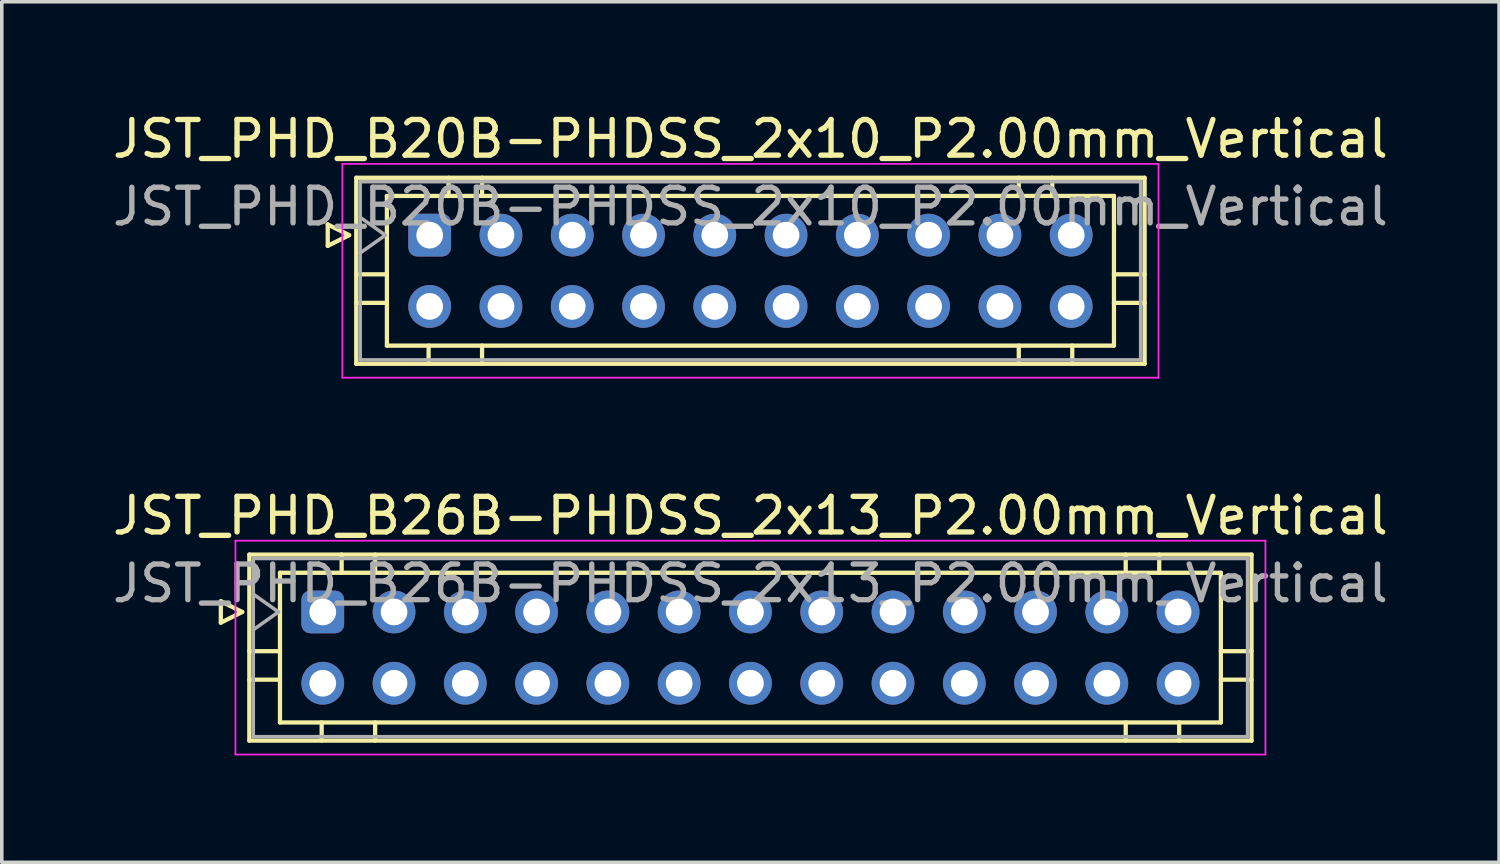
<source format=kicad_pcb>
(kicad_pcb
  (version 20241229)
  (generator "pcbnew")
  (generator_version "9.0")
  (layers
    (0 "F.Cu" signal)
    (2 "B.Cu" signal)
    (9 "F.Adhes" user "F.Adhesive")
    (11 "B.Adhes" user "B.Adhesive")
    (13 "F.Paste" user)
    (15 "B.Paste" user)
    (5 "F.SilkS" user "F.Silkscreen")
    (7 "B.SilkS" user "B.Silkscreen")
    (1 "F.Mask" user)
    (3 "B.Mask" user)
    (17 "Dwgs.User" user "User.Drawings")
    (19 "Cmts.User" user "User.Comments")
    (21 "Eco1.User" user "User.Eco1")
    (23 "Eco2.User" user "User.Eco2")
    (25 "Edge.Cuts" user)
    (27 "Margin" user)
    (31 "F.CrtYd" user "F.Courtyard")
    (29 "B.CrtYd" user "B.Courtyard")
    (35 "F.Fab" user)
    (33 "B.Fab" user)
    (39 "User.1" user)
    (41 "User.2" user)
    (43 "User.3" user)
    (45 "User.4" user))
  (footprint "JST_PHD_B20B-PHDSS_2x10_P2.00mm_Vertical"
    (layer "F.Cu")
    (at 9.006 3.548)
    (property "Reference" "JST_PHD_B20B-PHDSS_2x10_P2.00mm_Vertical" (at 9 -2.7 0) (layer "F.SilkS") (effects (font (size 1 1) (thickness 0.15))))
    (attr through_hole)
    (fp_line (start -2.86 -0.3) (end -2.26 0) (stroke (width 0.12) (type solid)) (layer "F.SilkS"))
    (fp_line (start -2.86 0.3) (end -2.86 -0.3) (stroke (width 0.12) (type solid)) (layer "F.SilkS"))
    (fp_line (start -2.26 0) (end -2.86 0.3) (stroke (width 0.12) (type solid)) (layer "F.SilkS"))
    (fp_line (start -2.06 -1.61) (end -2.06 3.61) (stroke (width 0.12) (type solid)) (layer "F.SilkS"))
    (fp_line (start -2.06 1.1) (end -1.2 1.1) (stroke (width 0.12) (type solid)) (layer "F.SilkS"))
    (fp_line (start -2.06 1.9) (end -1.2 1.9) (stroke (width 0.12) (type solid)) (layer "F.SilkS"))
    (fp_line (start -2.06 3.61) (end 20.06 3.61) (stroke (width 0.12) (type solid)) (layer "F.SilkS"))
    (fp_line (start -1.2 -1.1) (end -1.2 3.1) (stroke (width 0.12) (type solid)) (layer "F.SilkS"))
    (fp_line (start -1.2 3.1) (end 19.2 3.1) (stroke (width 0.12) (type solid)) (layer "F.SilkS"))
    (fp_line (start -0.03 3.61) (end -0.03 3.1) (stroke (width 0.12) (type solid)) (layer "F.SilkS"))
    (fp_line (start 0.53 -1.61) (end 0.53 -1.1) (stroke (width 0.12) (type solid)) (layer "F.SilkS"))
    (fp_line (start 1.47 -1.61) (end 1.47 -1.1) (stroke (width 0.12) (type solid)) (layer "F.SilkS"))
    (fp_line (start 1.47 3.61) (end 1.47 3.1) (stroke (width 0.12) (type solid)) (layer "F.SilkS"))
    (fp_line (start 16.53 -1.61) (end 16.53 -1.1) (stroke (width 0.12) (type solid)) (layer "F.SilkS"))
    (fp_line (start 16.53 3.61) (end 16.53 3.1) (stroke (width 0.12) (type solid)) (layer "F.SilkS"))
    (fp_line (start 17.47 -1.61) (end 17.47 -1.1) (stroke (width 0.12) (type solid)) (layer "F.SilkS"))
    (fp_line (start 18.03 3.61) (end 18.03 3.1) (stroke (width 0.12) (type solid)) (layer "F.SilkS"))
    (fp_line (start 19.2 -1.1) (end -1.2 -1.1) (stroke (width 0.12) (type solid)) (layer "F.SilkS"))
    (fp_line (start 19.2 3.1) (end 19.2 -1.1) (stroke (width 0.12) (type solid)) (layer "F.SilkS"))
    (fp_line (start 20.06 -1.61) (end -2.06 -1.61) (stroke (width 0.12) (type solid)) (layer "F.SilkS"))
    (fp_line (start 20.06 1.1) (end 19.2 1.1) (stroke (width 0.12) (type solid)) (layer "F.SilkS"))
    (fp_line (start 20.06 1.9) (end 19.2 1.9) (stroke (width 0.12) (type solid)) (layer "F.SilkS"))
    (fp_line (start 20.06 3.61) (end 20.06 -1.61) (stroke (width 0.12) (type solid)) (layer "F.SilkS"))
    (fp_line (start -2.45 -2) (end -2.45 4) (stroke (width 0.05) (type solid)) (layer "F.CrtYd"))
    (fp_line (start -2.45 4) (end 20.45 4) (stroke (width 0.05) (type solid)) (layer "F.CrtYd"))
    (fp_line (start 20.45 -2) (end -2.45 -2) (stroke (width 0.05) (type solid)) (layer "F.CrtYd"))
    (fp_line (start 20.45 4) (end 20.45 -2) (stroke (width 0.05) (type solid)) (layer "F.CrtYd"))
    (fp_line (start -1.95 -1.5) (end -1.95 3.5) (stroke (width 0.1) (type solid)) (layer "F.Fab"))
    (fp_line (start -1.95 0.5) (end -1.243 0) (stroke (width 0.1) (type solid)) (layer "F.Fab"))
    (fp_line (start -1.95 3.5) (end 19.95 3.5) (stroke (width 0.1) (type solid)) (layer "F.Fab"))
    (fp_line (start -1.243 0) (end -1.95 -0.5) (stroke (width 0.1) (type solid)) (layer "F.Fab"))
    (fp_line (start 19.95 -1.5) (end -1.95 -1.5) (stroke (width 0.1) (type solid)) (layer "F.Fab"))
    (fp_line (start 19.95 3.5) (end 19.95 -1.5) (stroke (width 0.1) (type solid)) (layer "F.Fab"))
    (fp_text user "${REFERENCE}" (at 9 -0.8 0) (layer "F.Fab") (effects (font (size 1 1) (thickness 0.15))))
    (pad "1" thru_hole roundrect (at 0 0) (size 1.2 1.2) (drill 0.75) (layers "*.Cu" "*.Mask") (roundrect_rratio 0.208))
    (pad "2" thru_hole circle (at 0 2) (size 1.2 1.2) (drill 0.75) (layers "*.Cu" "*.Mask"))
    (pad "3" thru_hole circle (at 2 0) (size 1.2 1.2) (drill 0.75) (layers "*.Cu" "*.Mask"))
    (pad "4" thru_hole circle (at 2 2) (size 1.2 1.2) (drill 0.75) (layers "*.Cu" "*.Mask"))
    (pad "5" thru_hole circle (at 4 0) (size 1.2 1.2) (drill 0.75) (layers "*.Cu" "*.Mask"))
    (pad "6" thru_hole circle (at 4 2) (size 1.2 1.2) (drill 0.75) (layers "*.Cu" "*.Mask"))
    (pad "7" thru_hole circle (at 6 0) (size 1.2 1.2) (drill 0.75) (layers "*.Cu" "*.Mask"))
    (pad "8" thru_hole circle (at 6 2) (size 1.2 1.2) (drill 0.75) (layers "*.Cu" "*.Mask"))
    (pad "9" thru_hole circle (at 8 0) (size 1.2 1.2) (drill 0.75) (layers "*.Cu" "*.Mask"))
    (pad "10" thru_hole circle (at 8 2) (size 1.2 1.2) (drill 0.75) (layers "*.Cu" "*.Mask"))
    (pad "11" thru_hole circle (at 10 0) (size 1.2 1.2) (drill 0.75) (layers "*.Cu" "*.Mask"))
    (pad "12" thru_hole circle (at 10 2) (size 1.2 1.2) (drill 0.75) (layers "*.Cu" "*.Mask"))
    (pad "13" thru_hole circle (at 12 0) (size 1.2 1.2) (drill 0.75) (layers "*.Cu" "*.Mask"))
    (pad "14" thru_hole circle (at 12 2) (size 1.2 1.2) (drill 0.75) (layers "*.Cu" "*.Mask"))
    (pad "15" thru_hole circle (at 14 0) (size 1.2 1.2) (drill 0.75) (layers "*.Cu" "*.Mask"))
    (pad "16" thru_hole circle (at 14 2) (size 1.2 1.2) (drill 0.75) (layers "*.Cu" "*.Mask"))
    (pad "17" thru_hole circle (at 16 0) (size 1.2 1.2) (drill 0.75) (layers "*.Cu" "*.Mask"))
    (pad "18" thru_hole circle (at 16 2) (size 1.2 1.2) (drill 0.75) (layers "*.Cu" "*.Mask"))
    (pad "19" thru_hole circle (at 18 0) (size 1.2 1.2) (drill 0.75) (layers "*.Cu" "*.Mask"))
    (pad "20" thru_hole circle (at 18 2) (size 1.2 1.2) (drill 0.75) (layers "*.Cu" "*.Mask")))
  (footprint "JST_PHD_B26B-PHDSS_2x13_P2.00mm_Vertical"
    (layer "F.Cu")
    (at 6.006 14.121)
    (property "Reference" "JST_PHD_B26B-PHDSS_2x13_P2.00mm_Vertical" (at 12 -2.7 0) (layer "F.SilkS") (effects (font (size 1 1) (thickness 0.15))))
    (attr through_hole)
    (fp_line (start -2.86 -0.3) (end -2.26 0) (stroke (width 0.12) (type solid)) (layer "F.SilkS"))
    (fp_line (start -2.86 0.3) (end -2.86 -0.3) (stroke (width 0.12) (type solid)) (layer "F.SilkS"))
    (fp_line (start -2.26 0) (end -2.86 0.3) (stroke (width 0.12) (type solid)) (layer "F.SilkS"))
    (fp_line (start -2.06 -1.61) (end -2.06 3.61) (stroke (width 0.12) (type solid)) (layer "F.SilkS"))
    (fp_line (start -2.06 1.1) (end -1.2 1.1) (stroke (width 0.12) (type solid)) (layer "F.SilkS"))
    (fp_line (start -2.06 1.9) (end -1.2 1.9) (stroke (width 0.12) (type solid)) (layer "F.SilkS"))
    (fp_line (start -2.06 3.61) (end 26.06 3.61) (stroke (width 0.12) (type solid)) (layer "F.SilkS"))
    (fp_line (start -1.2 -1.1) (end -1.2 3.1) (stroke (width 0.12) (type solid)) (layer "F.SilkS"))
    (fp_line (start -1.2 3.1) (end 25.2 3.1) (stroke (width 0.12) (type solid)) (layer "F.SilkS"))
    (fp_line (start -0.03 3.61) (end -0.03 3.1) (stroke (width 0.12) (type solid)) (layer "F.SilkS"))
    (fp_line (start 0.53 -1.61) (end 0.53 -1.1) (stroke (width 0.12) (type solid)) (layer "F.SilkS"))
    (fp_line (start 1.47 -1.61) (end 1.47 -1.1) (stroke (width 0.12) (type solid)) (layer "F.SilkS"))
    (fp_line (start 1.47 3.61) (end 1.47 3.1) (stroke (width 0.12) (type solid)) (layer "F.SilkS"))
    (fp_line (start 22.53 -1.61) (end 22.53 -1.1) (stroke (width 0.12) (type solid)) (layer "F.SilkS"))
    (fp_line (start 22.53 3.61) (end 22.53 3.1) (stroke (width 0.12) (type solid)) (layer "F.SilkS"))
    (fp_line (start 23.47 -1.61) (end 23.47 -1.1) (stroke (width 0.12) (type solid)) (layer "F.SilkS"))
    (fp_line (start 24.03 3.61) (end 24.03 3.1) (stroke (width 0.12) (type solid)) (layer "F.SilkS"))
    (fp_line (start 25.2 -1.1) (end -1.2 -1.1) (stroke (width 0.12) (type solid)) (layer "F.SilkS"))
    (fp_line (start 25.2 3.1) (end 25.2 -1.1) (stroke (width 0.12) (type solid)) (layer "F.SilkS"))
    (fp_line (start 26.06 -1.61) (end -2.06 -1.61) (stroke (width 0.12) (type solid)) (layer "F.SilkS"))
    (fp_line (start 26.06 1.1) (end 25.2 1.1) (stroke (width 0.12) (type solid)) (layer "F.SilkS"))
    (fp_line (start 26.06 1.9) (end 25.2 1.9) (stroke (width 0.12) (type solid)) (layer "F.SilkS"))
    (fp_line (start 26.06 3.61) (end 26.06 -1.61) (stroke (width 0.12) (type solid)) (layer "F.SilkS"))
    (fp_line (start -2.45 -2) (end -2.45 4) (stroke (width 0.05) (type solid)) (layer "F.CrtYd"))
    (fp_line (start -2.45 4) (end 26.45 4) (stroke (width 0.05) (type solid)) (layer "F.CrtYd"))
    (fp_line (start 26.45 -2) (end -2.45 -2) (stroke (width 0.05) (type solid)) (layer "F.CrtYd"))
    (fp_line (start 26.45 4) (end 26.45 -2) (stroke (width 0.05) (type solid)) (layer "F.CrtYd"))
    (fp_line (start -1.95 -1.5) (end -1.95 3.5) (stroke (width 0.1) (type solid)) (layer "F.Fab"))
    (fp_line (start -1.95 0.5) (end -1.243 0) (stroke (width 0.1) (type solid)) (layer "F.Fab"))
    (fp_line (start -1.95 3.5) (end 25.95 3.5) (stroke (width 0.1) (type solid)) (layer "F.Fab"))
    (fp_line (start -1.243 0) (end -1.95 -0.5) (stroke (width 0.1) (type solid)) (layer "F.Fab"))
    (fp_line (start 25.95 -1.5) (end -1.95 -1.5) (stroke (width 0.1) (type solid)) (layer "F.Fab"))
    (fp_line (start 25.95 3.5) (end 25.95 -1.5) (stroke (width 0.1) (type solid)) (layer "F.Fab"))
    (fp_text user "${REFERENCE}" (at 12 -0.8 0) (layer "F.Fab") (effects (font (size 1 1) (thickness 0.15))))
    (pad "1" thru_hole roundrect (at 0 0) (size 1.2 1.2) (drill 0.75) (layers "*.Cu" "*.Mask") (roundrect_rratio 0.208))
    (pad "2" thru_hole circle (at 0 2) (size 1.2 1.2) (drill 0.75) (layers "*.Cu" "*.Mask"))
    (pad "3" thru_hole circle (at 2 0) (size 1.2 1.2) (drill 0.75) (layers "*.Cu" "*.Mask"))
    (pad "4" thru_hole circle (at 2 2) (size 1.2 1.2) (drill 0.75) (layers "*.Cu" "*.Mask"))
    (pad "5" thru_hole circle (at 4 0) (size 1.2 1.2) (drill 0.75) (layers "*.Cu" "*.Mask"))
    (pad "6" thru_hole circle (at 4 2) (size 1.2 1.2) (drill 0.75) (layers "*.Cu" "*.Mask"))
    (pad "7" thru_hole circle (at 6 0) (size 1.2 1.2) (drill 0.75) (layers "*.Cu" "*.Mask"))
    (pad "8" thru_hole circle (at 6 2) (size 1.2 1.2) (drill 0.75) (layers "*.Cu" "*.Mask"))
    (pad "9" thru_hole circle (at 8 0) (size 1.2 1.2) (drill 0.75) (layers "*.Cu" "*.Mask"))
    (pad "10" thru_hole circle (at 8 2) (size 1.2 1.2) (drill 0.75) (layers "*.Cu" "*.Mask"))
    (pad "11" thru_hole circle (at 10 0) (size 1.2 1.2) (drill 0.75) (layers "*.Cu" "*.Mask"))
    (pad "12" thru_hole circle (at 10 2) (size 1.2 1.2) (drill 0.75) (layers "*.Cu" "*.Mask"))
    (pad "13" thru_hole circle (at 12 0) (size 1.2 1.2) (drill 0.75) (layers "*.Cu" "*.Mask"))
    (pad "14" thru_hole circle (at 12 2) (size 1.2 1.2) (drill 0.75) (layers "*.Cu" "*.Mask"))
    (pad "15" thru_hole circle (at 14 0) (size 1.2 1.2) (drill 0.75) (layers "*.Cu" "*.Mask"))
    (pad "16" thru_hole circle (at 14 2) (size 1.2 1.2) (drill 0.75) (layers "*.Cu" "*.Mask"))
    (pad "17" thru_hole circle (at 16 0) (size 1.2 1.2) (drill 0.75) (layers "*.Cu" "*.Mask"))
    (pad "18" thru_hole circle (at 16 2) (size 1.2 1.2) (drill 0.75) (layers "*.Cu" "*.Mask"))
    (pad "19" thru_hole circle (at 18 0) (size 1.2 1.2) (drill 0.75) (layers "*.Cu" "*.Mask"))
    (pad "20" thru_hole circle (at 18 2) (size 1.2 1.2) (drill 0.75) (layers "*.Cu" "*.Mask"))
    (pad "21" thru_hole circle (at 20 0) (size 1.2 1.2) (drill 0.75) (layers "*.Cu" "*.Mask"))
    (pad "22" thru_hole circle (at 20 2) (size 1.2 1.2) (drill 0.75) (layers "*.Cu" "*.Mask"))
    (pad "23" thru_hole circle (at 22 0) (size 1.2 1.2) (drill 0.75) (layers "*.Cu" "*.Mask"))
    (pad "24" thru_hole circle (at 22 2) (size 1.2 1.2) (drill 0.75) (layers "*.Cu" "*.Mask"))
    (pad "25" thru_hole circle (at 24 0) (size 1.2 1.2) (drill 0.75) (layers "*.Cu" "*.Mask"))
    (pad "26" thru_hole circle (at 24 2) (size 1.2 1.2) (drill 0.75) (layers "*.Cu" "*.Mask")))
  (gr_rect
    (start -3 -3)
    (end 39.012 21.146)
    (stroke (width 0.1) (type default))
    (fill no)
    (layer "Edge.Cuts")))
</source>
